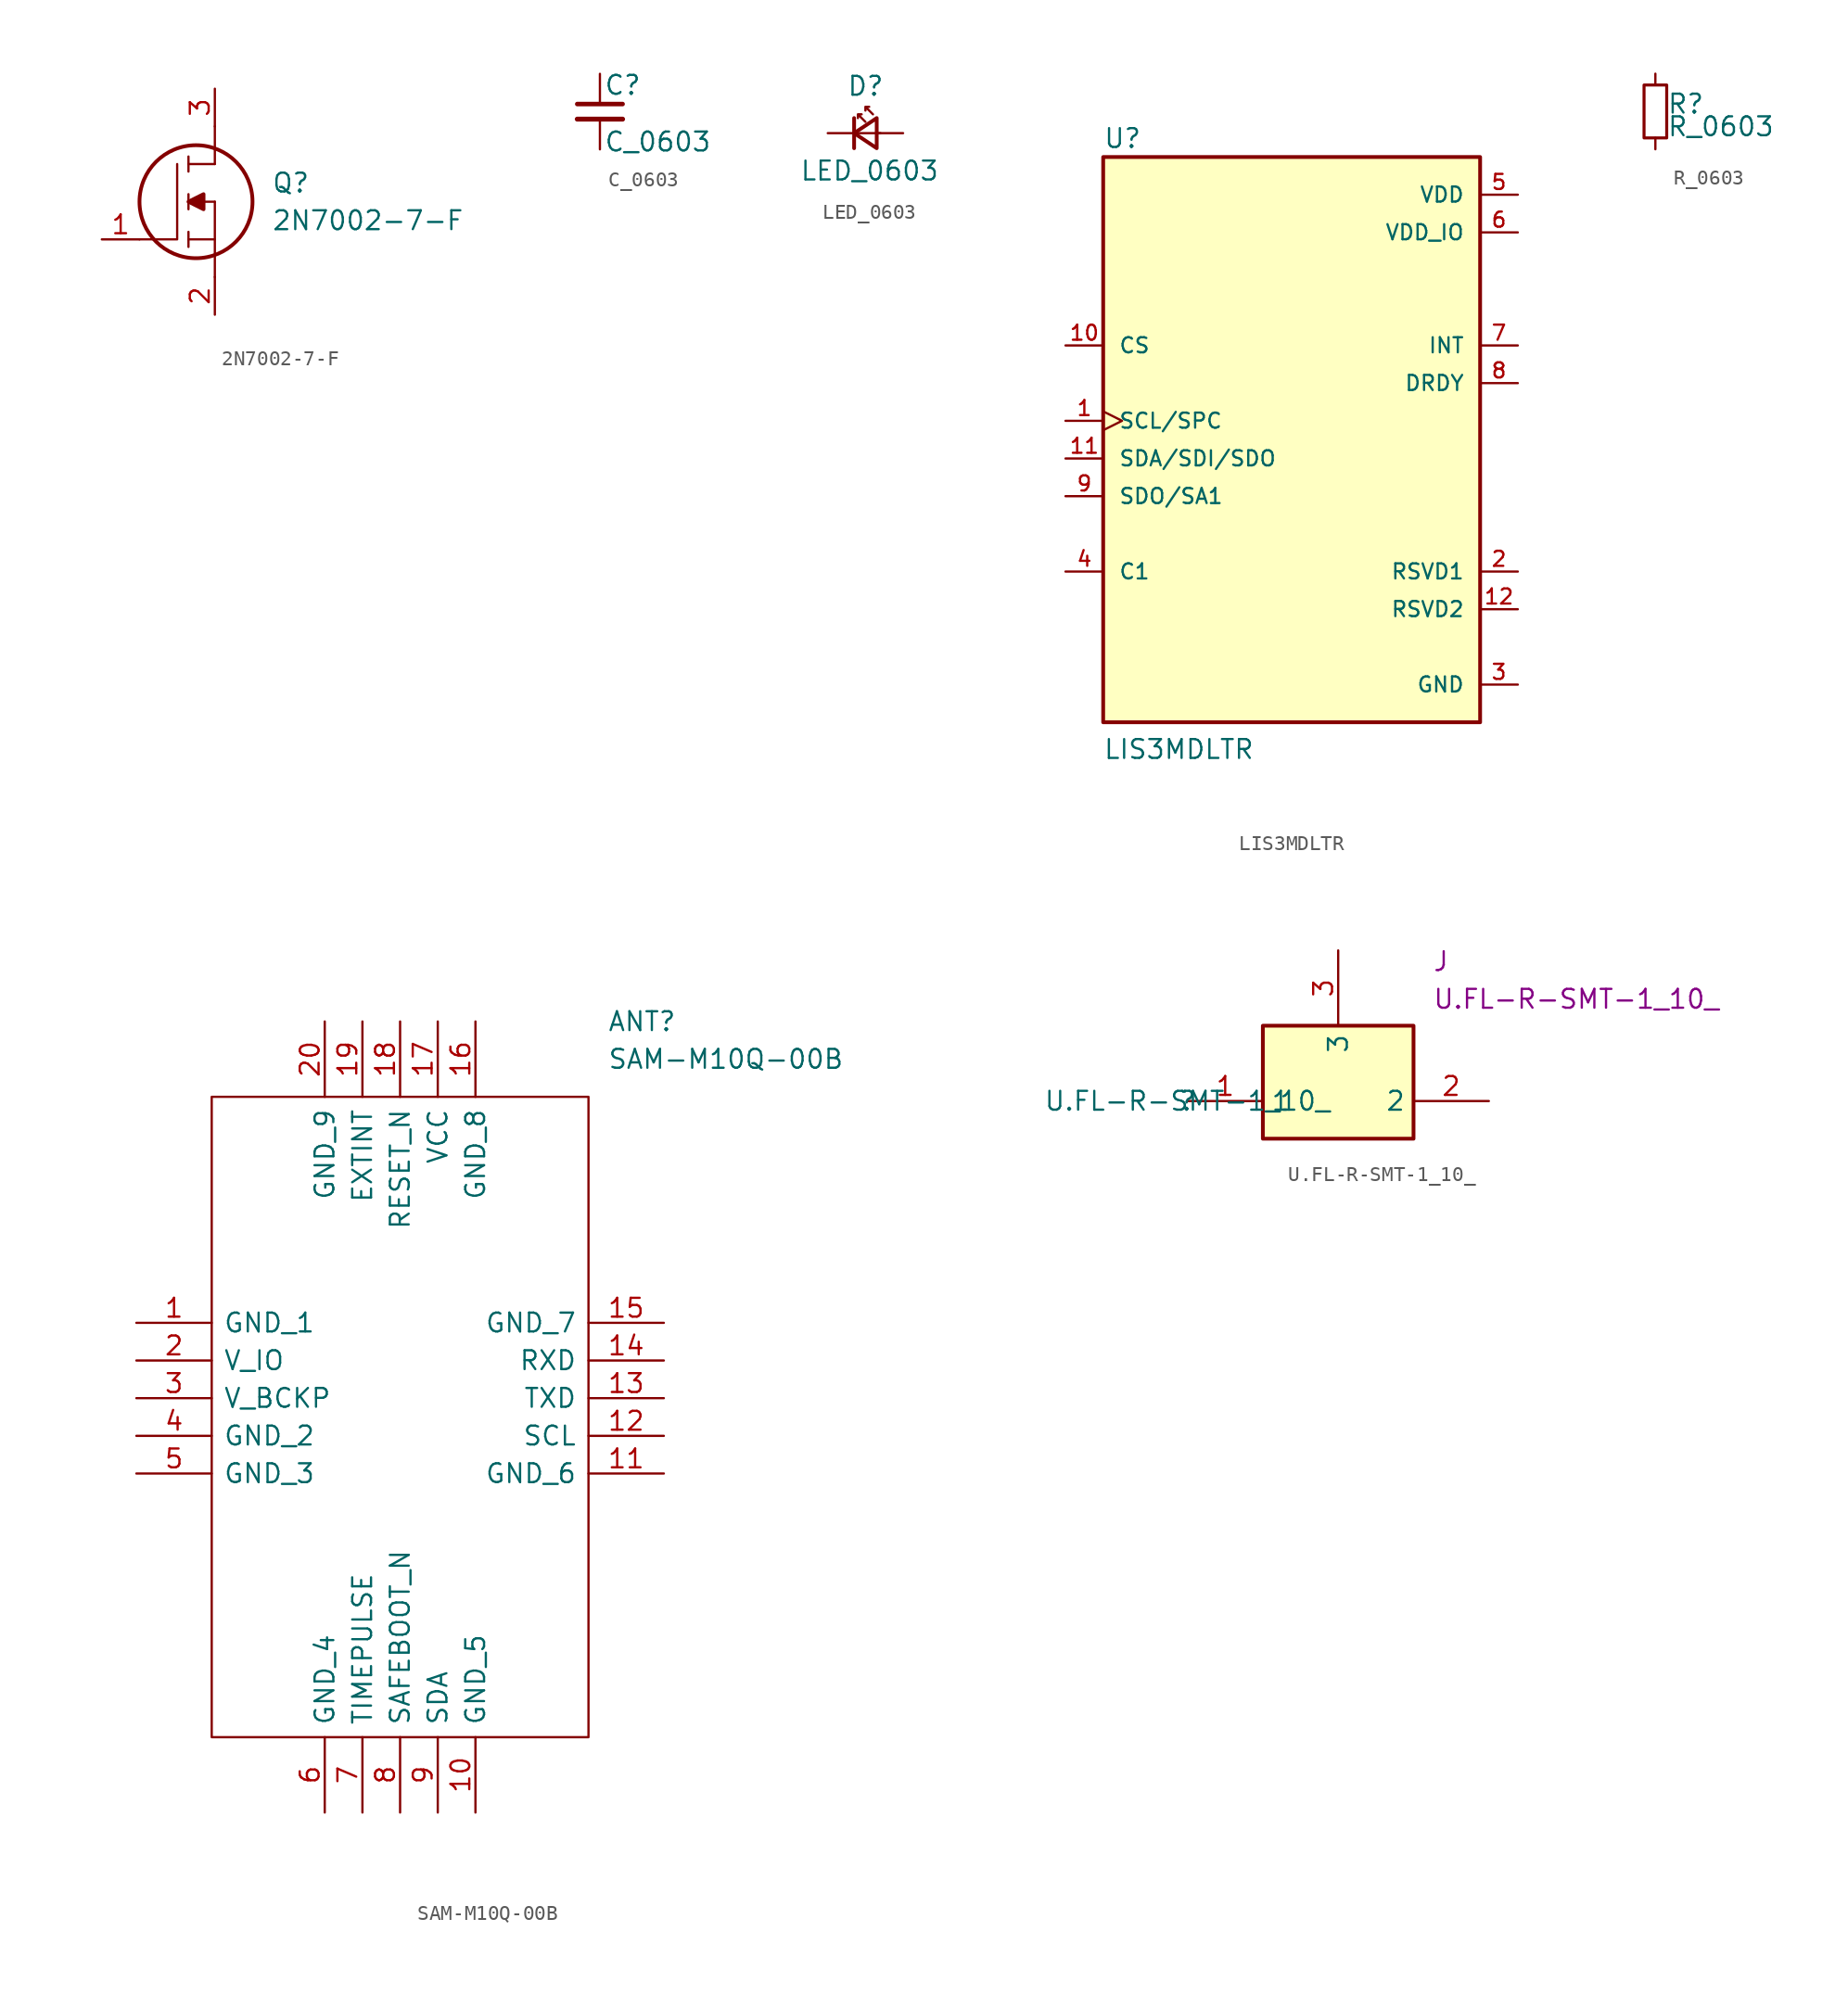
<source format=kicad_sym>
(kicad_symbol_lib
  (version 20211014)
  (generator kicad_symbol_editor)
  (symbol "2N7002-7-F"
    (pin_names
      (offset 0.762))
    (property "Reference" "Q"
      (at 11.43 3.81 0)
      (effects (font (size 1.27 1.27)) (justify left)))
    (property "Value" "2N7002-7-F"
      (at 11.43 1.27 0)
      (effects (font (size 1.27 1.27)) (justify left)))
    (symbol "2N7002-7-F_0_0"
      (pin passive line (at 0 0 0) (length 2.54) (name "~" (effects (font (size 1.27 1.27)))) (number "1" (effects (font (size 1.27 1.27)))))
      (pin passive line (at 7.62 -5.08 90) (length 2.54) (name "~" (effects (font (size 1.27 1.27)))) (number "2" (effects (font (size 1.27 1.27)))))
      (pin passive line (at 7.62 10.16 270) (length 2.54) (name "~" (effects (font (size 1.27 1.27)))) (number "3" (effects (font (size 1.27 1.27))))))
    (symbol "2N7002-7-F_0_1"
      (polyline (pts (xy 5.842 -0.508) (xy 5.842 0.508)) (stroke (width 0.152) (type default) (color 0 0 0 0)) (fill (type none)))
      (polyline (pts (xy 5.842 0) (xy 7.62 0)) (stroke (width 0.152) (type default) (color 0 0 0 0)) (fill (type none)))
      (polyline (pts (xy 5.842 2.032) (xy 5.842 3.048)) (stroke (width 0.152) (type default) (color 0 0 0 0)) (fill (type none)))
      (polyline (pts (xy 5.842 5.588) (xy 5.842 4.572)) (stroke (width 0.152) (type default) (color 0 0 0 0)) (fill (type none)))
      (polyline (pts (xy 7.62 2.54) (xy 5.842 2.54)) (stroke (width 0.152) (type default) (color 0 0 0 0)) (fill (type none)))
      (polyline (pts (xy 7.62 2.54) (xy 7.62 -2.54)) (stroke (width 0.152) (type default) (color 0 0 0 0)) (fill (type none)))
      (polyline (pts (xy 7.62 5.08) (xy 5.842 5.08)) (stroke (width 0.152) (type default) (color 0 0 0 0)) (fill (type none)))
      (polyline (pts (xy 7.62 5.08) (xy 7.62 7.62)) (stroke (width 0.152) (type default) (color 0 0 0 0)) (fill (type none)))
      (polyline (pts (xy 2.54 0) (xy 5.08 0) (xy 5.08 5.08)) (stroke (width 0.152) (type default) (color 0 0 0 0)) (fill (type none)))
      (polyline (pts (xy 5.842 2.54) (xy 6.858 3.048) (xy 6.858 2.032) (xy 5.842 2.54)) (stroke (width 0.254) (type default) (color 0 0 0 0)) (fill (type outline)))
      (circle (center 6.35 2.54) (radius 3.81) (stroke (width 0.254) (type default) (color 0 0 0 0)) (fill (type none)))))
  (symbol "C_0603"
    (pin_numbers hide)
    (pin_names
      (offset 0.254) hide)
    (property "Reference" "C"
      (at 0.254 1.778 0)
      (effects (font (size 1.27 1.27)) (justify left)))
    (property "Value" "C_0603"
      (at 0.254 -2.032 0)
      (effects (font (size 1.27 1.27)) (justify left)))
    (symbol "C_0603_0_1"
      (polyline (pts (xy -1.524 -0.508) (xy 1.524 -0.508)) (stroke (width 0.33) (type default) (color 0 0 0 0)) (fill (type none)))
      (polyline (pts (xy -1.524 0.508) (xy 1.524 0.508)) (stroke (width 0.305) (type default) (color 0 0 0 0)) (fill (type none))))
    (symbol "C_0603_1_1"
      (pin passive line (at 0 2.54 270) (length 2.032) (name "~" (effects (font (size 1.27 1.27)))) (number "1" (effects (font (size 1.27 1.27)))))
      (pin passive line (at 0 -2.54 90) (length 2.032) (name "~" (effects (font (size 1.27 1.27)))) (number "2" (effects (font (size 1.27 1.27)))))))
  (symbol "LED_0603"
    (pin_numbers hide)
    (pin_names
      (offset 0.254) hide)
    (property "Reference" "D"
      (at -1.27 3.175 0)
      (effects (font (size 1.27 1.27)) (justify left)))
    (property "Value" "LED_0603"
      (at -4.445 -2.54 0)
      (effects (font (size 1.27 1.27)) (justify left)))
    (symbol "LED_0603_0_1"
      (polyline (pts (xy -0.762 -1.016) (xy -0.762 1.016)) (stroke (width 0.254) (type default) (color 0 0 0 0)) (fill (type none)))
      (polyline (pts (xy 1.016 0) (xy -0.762 0)) (stroke (width 0) (type default) (color 0 0 0 0)) (fill (type none)))
      (polyline (pts (xy 0.762 -1.016) (xy -0.762 0) (xy 0.762 1.016) (xy 0.762 -1.016)) (stroke (width 0.254) (type default) (color 0 0 0 0)) (fill (type none)))
      (polyline (pts (xy 0 0.762) (xy -0.508 1.27) (xy -0.254 1.27) (xy -0.508 1.27) (xy -0.508 1.016)) (stroke (width 0) (type default) (color 0 0 0 0)) (fill (type none)))
      (polyline (pts (xy 0.508 1.27) (xy 0 1.778) (xy 0.254 1.778) (xy 0 1.778) (xy 0 1.524)) (stroke (width 0) (type default) (color 0 0 0 0)) (fill (type none))))
    (symbol "LED_0603_1_1"
      (pin passive line (at -2.54 0 0) (length 1.778) (name "K" (effects (font (size 1.27 1.27)))) (number "1" (effects (font (size 1.27 1.27)))))
      (pin passive line (at 2.54 0 180) (length 1.778) (name "A" (effects (font (size 1.27 1.27)))) (number "2" (effects (font (size 1.27 1.27)))))))
  (symbol "LIS3MDLTR"
    (pin_names
      (offset 1.016))
    (property "Reference" "U"
      (at -12.707 18.295 0)
      (effects (font (size 1.27 1.27)) (justify left bottom)))
    (property "Value" "LIS3MDLTR"
      (at -12.719 -22.883 0)
      (effects (font (size 1.27 1.27)) (justify left bottom)))
    (symbol "LIS3MDLTR_0_0"
      (rectangle (start -12.7 -20.32) (end 12.7 17.78) (stroke (width 0.254) (type default) (color 0 0 0 0)) (fill (type background)))
      (pin input clock (at -15.24 0 0) (length 2.54) (name "SCL/SPC" (effects (font (size 1.016 1.016)))) (number "1" (effects (font (size 1.016 1.016)))))
      (pin input line (at -15.24 5.08 0) (length 2.54) (name "CS" (effects (font (size 1.016 1.016)))) (number "10" (effects (font (size 1.016 1.016)))))
      (pin bidirectional line (at -15.24 -2.54 0) (length 2.54) (name "SDA/SDI/SDO" (effects (font (size 1.016 1.016)))) (number "11" (effects (font (size 1.016 1.016)))))
      (pin passive line (at 15.24 -12.7 180) (length 2.54) (name "RSVD2" (effects (font (size 1.016 1.016)))) (number "12" (effects (font (size 1.016 1.016)))))
      (pin passive line (at 15.24 -10.16 180) (length 2.54) (name "RSVD1" (effects (font (size 1.016 1.016)))) (number "2" (effects (font (size 1.016 1.016)))))
      (pin power_in line (at 15.24 -17.78 180) (length 2.54) (name "GND" (effects (font (size 1.016 1.016)))) (number "3" (effects (font (size 1.016 1.016)))))
      (pin passive line (at -15.24 -10.16 0) (length 2.54) (name "C1" (effects (font (size 1.016 1.016)))) (number "4" (effects (font (size 1.016 1.016)))))
      (pin power_in line (at 15.24 15.24 180) (length 2.54) (name "VDD" (effects (font (size 1.016 1.016)))) (number "5" (effects (font (size 1.016 1.016)))))
      (pin power_in line (at 15.24 12.7 180) (length 2.54) (name "VDD_IO" (effects (font (size 1.016 1.016)))) (number "6" (effects (font (size 1.016 1.016)))))
      (pin output line (at 15.24 5.08 180) (length 2.54) (name "INT" (effects (font (size 1.016 1.016)))) (number "7" (effects (font (size 1.016 1.016)))))
      (pin output line (at 15.24 2.54 180) (length 2.54) (name "DRDY" (effects (font (size 1.016 1.016)))) (number "8" (effects (font (size 1.016 1.016)))))
      (pin bidirectional line (at -15.24 -5.08 0) (length 2.54) (name "SDO/SA1" (effects (font (size 1.016 1.016)))) (number "9" (effects (font (size 1.016 1.016)))))))
  (symbol "R_0603"
    (pin_numbers hide)
    (pin_names
      (offset 0.254) hide)
    (property "Reference" "R"
      (at 0.762 0.508 0)
      (effects (font (size 1.27 1.27)) (justify left)))
    (property "Value" "R_0603"
      (at 0.762 -1.016 0)
      (effects (font (size 1.27 1.27)) (justify left)))
    (symbol "R_0603_0_1"
      (rectangle (start -0.762 1.778) (end 0.762 -1.778) (stroke (width 0.203) (type default) (color 0 0 0 0)) (fill (type none))))
    (symbol "R_0603_1_1"
      (pin passive line (at 0 2.54 270) (length 0.762) (name "~" (effects (font (size 1.27 1.27)))) (number "1" (effects (font (size 1.27 1.27)))))
      (pin passive line (at 0 -2.54 90) (length 0.762) (name "~" (effects (font (size 1.27 1.27)))) (number "2" (effects (font (size 1.27 1.27)))))))
  (symbol "SAM-M10Q-00B"
    (pin_names
      (offset 0.762))
    (property "Reference" "ANT"
      (at 31.75 20.32 0)
      (effects (font (size 1.27 1.27)) (justify left)))
    (property "Value" "SAM-M10Q-00B"
      (at 31.75 17.78 0)
      (effects (font (size 1.27 1.27)) (justify left)))
    (symbol "SAM-M10Q-00B_0_0"
      (pin passive line (at 0 0 0) (length 5.08) (name "GND_1" (effects (font (size 1.27 1.27)))) (number "1" (effects (font (size 1.27 1.27)))))
      (pin passive line (at 22.86 -33.02 90) (length 5.08) (name "GND_5" (effects (font (size 1.27 1.27)))) (number "10" (effects (font (size 1.27 1.27)))))
      (pin passive line (at 35.56 -10.16 180) (length 5.08) (name "GND_6" (effects (font (size 1.27 1.27)))) (number "11" (effects (font (size 1.27 1.27)))))
      (pin passive line (at 35.56 -7.62 180) (length 5.08) (name "SCL" (effects (font (size 1.27 1.27)))) (number "12" (effects (font (size 1.27 1.27)))))
      (pin passive line (at 35.56 -5.08 180) (length 5.08) (name "TXD" (effects (font (size 1.27 1.27)))) (number "13" (effects (font (size 1.27 1.27)))))
      (pin passive line (at 35.56 -2.54 180) (length 5.08) (name "RXD" (effects (font (size 1.27 1.27)))) (number "14" (effects (font (size 1.27 1.27)))))
      (pin passive line (at 35.56 0 180) (length 5.08) (name "GND_7" (effects (font (size 1.27 1.27)))) (number "15" (effects (font (size 1.27 1.27)))))
      (pin passive line (at 22.86 20.32 270) (length 5.08) (name "GND_8" (effects (font (size 1.27 1.27)))) (number "16" (effects (font (size 1.27 1.27)))))
      (pin passive line (at 20.32 20.32 270) (length 5.08) (name "VCC" (effects (font (size 1.27 1.27)))) (number "17" (effects (font (size 1.27 1.27)))))
      (pin passive line (at 17.78 20.32 270) (length 5.08) (name "RESET_N" (effects (font (size 1.27 1.27)))) (number "18" (effects (font (size 1.27 1.27)))))
      (pin passive line (at 15.24 20.32 270) (length 5.08) (name "EXTINT" (effects (font (size 1.27 1.27)))) (number "19" (effects (font (size 1.27 1.27)))))
      (pin passive line (at 0 -2.54 0) (length 5.08) (name "V_IO" (effects (font (size 1.27 1.27)))) (number "2" (effects (font (size 1.27 1.27)))))
      (pin passive line (at 12.7 20.32 270) (length 5.08) (name "GND_9" (effects (font (size 1.27 1.27)))) (number "20" (effects (font (size 1.27 1.27)))))
      (pin passive line (at 0 -5.08 0) (length 5.08) (name "V_BCKP" (effects (font (size 1.27 1.27)))) (number "3" (effects (font (size 1.27 1.27)))))
      (pin passive line (at 0 -7.62 0) (length 5.08) (name "GND_2" (effects (font (size 1.27 1.27)))) (number "4" (effects (font (size 1.27 1.27)))))
      (pin passive line (at 0 -10.16 0) (length 5.08) (name "GND_3" (effects (font (size 1.27 1.27)))) (number "5" (effects (font (size 1.27 1.27)))))
      (pin passive line (at 12.7 -33.02 90) (length 5.08) (name "GND_4" (effects (font (size 1.27 1.27)))) (number "6" (effects (font (size 1.27 1.27)))))
      (pin passive line (at 15.24 -33.02 90) (length 5.08) (name "TIMEPULSE" (effects (font (size 1.27 1.27)))) (number "7" (effects (font (size 1.27 1.27)))))
      (pin passive line (at 17.78 -33.02 90) (length 5.08) (name "SAFEBOOT_N" (effects (font (size 1.27 1.27)))) (number "8" (effects (font (size 1.27 1.27)))))
      (pin passive line (at 20.32 -33.02 90) (length 5.08) (name "SDA" (effects (font (size 1.27 1.27)))) (number "9" (effects (font (size 1.27 1.27))))))
    (symbol "SAM-M10Q-00B_0_1"
      (polyline (pts (xy 5.08 15.24) (xy 30.48 15.24) (xy 30.48 -27.94) (xy 5.08 -27.94) (xy 5.08 15.24)) (stroke (width 0.152) (type default) (color 0 0 0 0)) (fill (type none)))))
  (symbol "U.FL-R-SMT-1_10_"
    (property "Reference" ""
      (at 0 0 0)
      (effects (font (size 1.27 1.27))))
    (property "Value" "U.FL-R-SMT-1_10_"
      (at 0 0 0)
      (effects (font (size 1.27 1.27))))
    (property "Reference_1" "J"
      (at 16.51 10.16 0)
      (effects (font (size 1.27 1.27)) (justify left top)))
    (property "Value_1" "U.FL-R-SMT-1_10_"
      (at 16.51 7.62 0)
      (effects (font (size 1.27 1.27)) (justify left top)))
    (symbol "U.FL-R-SMT-1_10__1_1"
      (rectangle (start 5.08 5.08) (end 15.24 -2.54) (stroke (width 0.254) (type default) (color 0 0 0 0)) (fill (type background)))
      (pin passive line (at 0 0 0) (length 5.08) (name "1" (effects (font (size 1.27 1.27)))) (number "1" (effects (font (size 1.27 1.27)))))
      (pin passive line (at 20.32 0 180) (length 5.08) (name "2" (effects (font (size 1.27 1.27)))) (number "2" (effects (font (size 1.27 1.27)))))
      (pin passive line (at 10.16 10.16 270) (length 5.08) (name "3" (effects (font (size 1.27 1.27)))) (number "3" (effects (font (size 1.27 1.27))))))))
</source>
